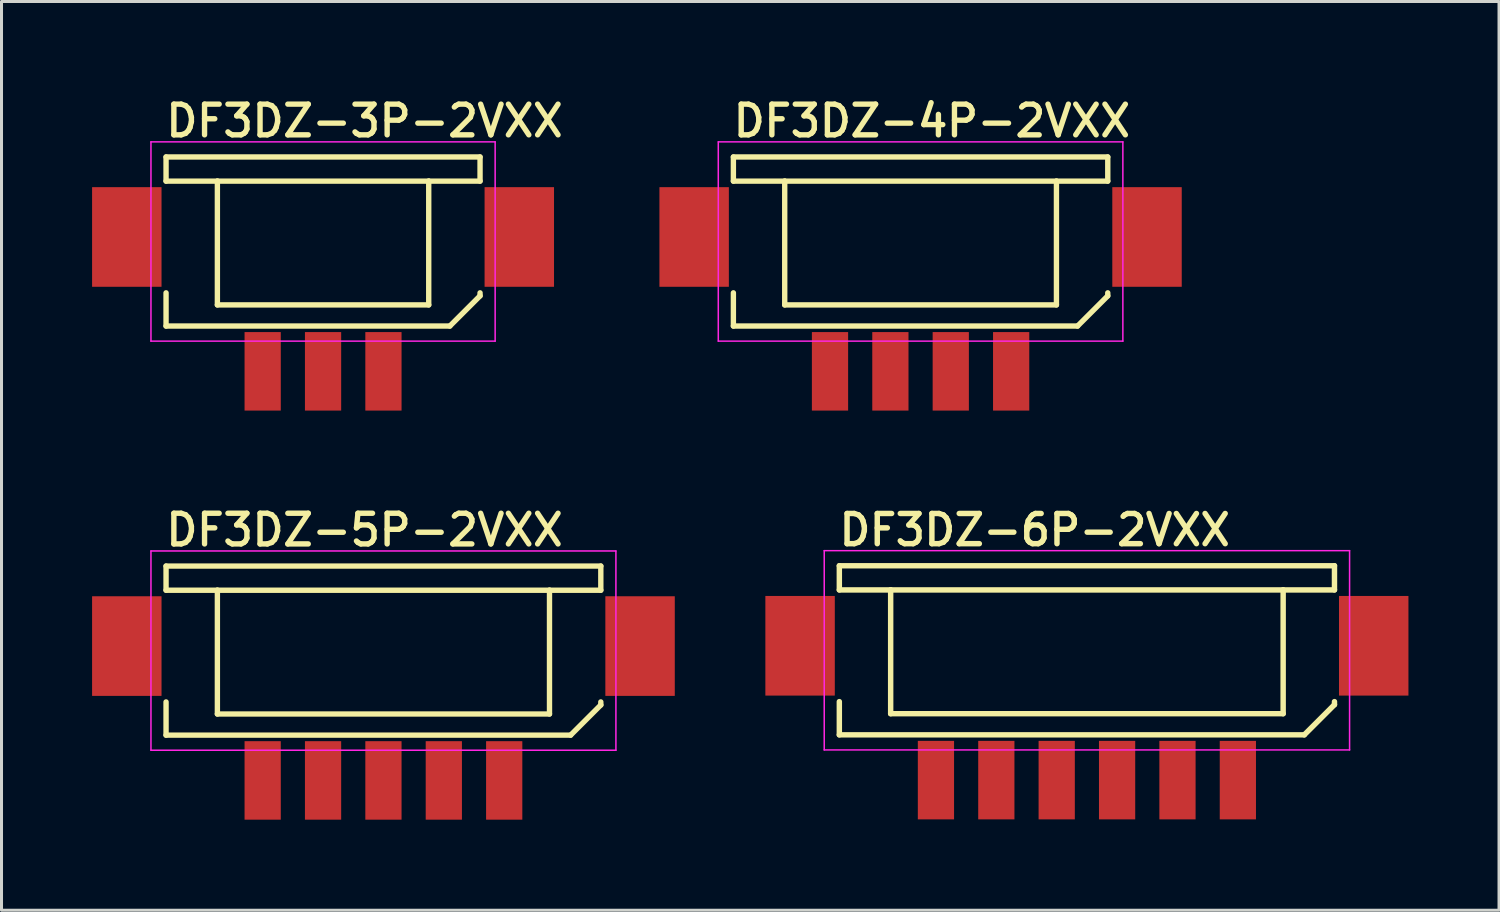
<source format=kicad_pcb>
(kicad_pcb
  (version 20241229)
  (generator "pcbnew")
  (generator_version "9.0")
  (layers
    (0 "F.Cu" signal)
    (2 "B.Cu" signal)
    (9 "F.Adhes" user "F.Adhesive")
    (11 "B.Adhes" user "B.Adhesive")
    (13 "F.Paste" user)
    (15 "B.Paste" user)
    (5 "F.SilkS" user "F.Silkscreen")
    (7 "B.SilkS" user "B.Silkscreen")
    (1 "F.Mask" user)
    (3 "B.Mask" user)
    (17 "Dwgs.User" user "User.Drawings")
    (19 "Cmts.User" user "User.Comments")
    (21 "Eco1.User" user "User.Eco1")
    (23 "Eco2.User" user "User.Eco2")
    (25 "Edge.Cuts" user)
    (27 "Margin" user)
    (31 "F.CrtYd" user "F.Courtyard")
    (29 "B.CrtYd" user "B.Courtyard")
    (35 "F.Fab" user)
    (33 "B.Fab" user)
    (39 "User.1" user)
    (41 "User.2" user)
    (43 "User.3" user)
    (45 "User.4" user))
  (footprint "DF3DZ-4P-2VXX"
    (layer "F.Cu")
    (at 27.441 9.249)
    (property "Reference" "DF3DZ-4P-2VXX" (at -6.3 -7.7 0) (layer "F.SilkS") (effects (font (size 1.016 1.016) (thickness 0.178)) (justify left bottom)))
    (attr through_hole)
    (fp_line (start -6.2 -7.1) (end -6.2 -6.3) (stroke (width 0.178) (type solid)) (layer "F.SilkS"))
    (fp_line (start -6.2 -7.1) (end 6.2 -7.1) (stroke (width 0.178) (type solid)) (layer "F.SilkS"))
    (fp_line (start -6.2 -1.5) (end -6.2 -2.6) (stroke (width 0.178) (type solid)) (layer "F.SilkS"))
    (fp_line (start -6.2 -1.5) (end 5.2 -1.5) (stroke (width 0.178) (type solid)) (layer "F.SilkS"))
    (fp_line (start -4.5 -6.3) (end -6.2 -6.3) (stroke (width 0.178) (type solid)) (layer "F.SilkS"))
    (fp_line (start -4.5 -6.3) (end -4.5 -2.2) (stroke (width 0.178) (type solid)) (layer "F.SilkS"))
    (fp_line (start -4.5 -6.3) (end 4.5 -6.3) (stroke (width 0.178) (type solid)) (layer "F.SilkS"))
    (fp_line (start -4.5 -2.2) (end 4.5 -2.2) (stroke (width 0.178) (type solid)) (layer "F.SilkS"))
    (fp_line (start 4.5 -6.3) (end 6.2 -6.3) (stroke (width 0.178) (type solid)) (layer "F.SilkS"))
    (fp_line (start 4.5 -2.2) (end 4.5 -6.3) (stroke (width 0.178) (type solid)) (layer "F.SilkS"))
    (fp_line (start 5.2 -1.5) (end 6.2 -2.5) (stroke (width 0.178) (type solid)) (layer "F.SilkS"))
    (fp_line (start 6.2 -7.1) (end 6.2 -6.3) (stroke (width 0.178) (type solid)) (layer "F.SilkS"))
    (fp_line (start 6.2 -2.5) (end 6.2 -2.6) (stroke (width 0.178) (type solid)) (layer "F.SilkS"))
    (fp_line (start -6.7 -7.6) (end 6.7 -7.6) (stroke (width 0.05) (type solid)) (layer "F.CrtYd"))
    (fp_line (start -6.7 -1) (end -6.7 -7.6) (stroke (width 0.05) (type solid)) (layer "F.CrtYd"))
    (fp_line (start 6.7 -7.6) (end 6.7 -1) (stroke (width 0.05) (type solid)) (layer "F.CrtYd"))
    (fp_line (start 6.7 -1) (end -6.7 -1) (stroke (width 0.05) (type solid)) (layer "F.CrtYd"))
    (pad "1" smd rect (at 3 0) (size 1.2 2.6) (layers "F.Cu" "F.Mask" "F.Paste"))
    (pad "2" smd rect (at 1 0) (size 1.2 2.6) (layers "F.Cu" "F.Mask" "F.Paste"))
    (pad "3" smd rect (at -1 0) (size 1.2 2.6) (layers "F.Cu" "F.Mask" "F.Paste"))
    (pad "4" smd rect (at -3 0) (size 1.2 2.6) (layers "F.Cu" "F.Mask" "F.Paste"))
    (pad "TAB" smd rect (at -7.5 -4.45) (size 2.3 3.3) (layers "F.Cu" "F.Mask" "F.Paste"))
    (pad "TAB" smd rect (at 7.5 -4.45) (size 2.3 3.3) (layers "F.Cu" "F.Mask" "F.Paste")))
  (footprint "DF3DZ-5P-2VXX"
    (layer "F.Cu")
    (at 9.65 22.799)
    (property "Reference" "DF3DZ-5P-2VXX" (at -7.3 -7.7 0) (layer "F.SilkS") (effects (font (size 1.016 1.016) (thickness 0.178)) (justify left bottom)))
    (attr through_hole)
    (fp_line (start -7.2 -7.1) (end -7.2 -6.3) (stroke (width 0.178) (type solid)) (layer "F.SilkS"))
    (fp_line (start -7.2 -7.1) (end 7.2 -7.1) (stroke (width 0.178) (type solid)) (layer "F.SilkS"))
    (fp_line (start -7.2 -1.5) (end -7.2 -2.6) (stroke (width 0.178) (type solid)) (layer "F.SilkS"))
    (fp_line (start -7.2 -1.5) (end 6.2 -1.5) (stroke (width 0.178) (type solid)) (layer "F.SilkS"))
    (fp_line (start -5.5 -6.3) (end -7.2 -6.3) (stroke (width 0.178) (type solid)) (layer "F.SilkS"))
    (fp_line (start -5.5 -6.3) (end -5.5 -2.2) (stroke (width 0.178) (type solid)) (layer "F.SilkS"))
    (fp_line (start -5.5 -6.3) (end 5.5 -6.3) (stroke (width 0.178) (type solid)) (layer "F.SilkS"))
    (fp_line (start -5.5 -2.2) (end 5.5 -2.2) (stroke (width 0.178) (type solid)) (layer "F.SilkS"))
    (fp_line (start 5.5 -6.3) (end 7.2 -6.3) (stroke (width 0.178) (type solid)) (layer "F.SilkS"))
    (fp_line (start 5.5 -2.2) (end 5.5 -6.3) (stroke (width 0.178) (type solid)) (layer "F.SilkS"))
    (fp_line (start 6.2 -1.5) (end 7.2 -2.5) (stroke (width 0.178) (type solid)) (layer "F.SilkS"))
    (fp_line (start 7.2 -7.1) (end 7.2 -6.3) (stroke (width 0.178) (type solid)) (layer "F.SilkS"))
    (fp_line (start 7.2 -2.5) (end 7.2 -2.6) (stroke (width 0.178) (type solid)) (layer "F.SilkS"))
    (fp_line (start -7.7 -7.6) (end 7.7 -7.6) (stroke (width 0.05) (type solid)) (layer "F.CrtYd"))
    (fp_line (start -7.7 -1) (end -7.7 -7.6) (stroke (width 0.05) (type solid)) (layer "F.CrtYd"))
    (fp_line (start 7.7 -7.6) (end 7.7 -1) (stroke (width 0.05) (type solid)) (layer "F.CrtYd"))
    (fp_line (start 7.7 -1) (end -7.7 -1) (stroke (width 0.05) (type solid)) (layer "F.CrtYd"))
    (pad "1" smd rect (at 4 0) (size 1.2 2.6) (layers "F.Cu" "F.Mask" "F.Paste"))
    (pad "2" smd rect (at 2 0) (size 1.2 2.6) (layers "F.Cu" "F.Mask" "F.Paste"))
    (pad "3" smd rect (at 0 0) (size 1.2 2.6) (layers "F.Cu" "F.Mask" "F.Paste"))
    (pad "4" smd rect (at -2 0) (size 1.2 2.6) (layers "F.Cu" "F.Mask" "F.Paste"))
    (pad "5" smd rect (at -4 0) (size 1.2 2.6) (layers "F.Cu" "F.Mask" "F.Paste"))
    (pad "TAB" smd rect (at -8.5 -4.45) (size 2.3 3.3) (layers "F.Cu" "F.Mask" "F.Paste"))
    (pad "TAB" smd rect (at 8.5 -4.45) (size 2.3 3.3) (layers "F.Cu" "F.Mask" "F.Paste")))
  (footprint "DF3DZ-6P-2VXX"
    (layer "F.Cu")
    (at 32.95 22.789)
    (property "Reference" "DF3DZ-6P-2VXX" (at -8.3 -7.7 0) (layer "F.SilkS") (effects (font (size 1 1) (thickness 0.18)) (justify left bottom)))
    (attr through_hole)
    (fp_line (start -8.2 -7.1) (end -8.2 -6.3) (stroke (width 0.18) (type solid)) (layer "F.SilkS"))
    (fp_line (start -8.2 -7.1) (end 8.2 -7.1) (stroke (width 0.18) (type solid)) (layer "F.SilkS"))
    (fp_line (start -8.2 -1.5) (end -8.2 -2.6) (stroke (width 0.18) (type solid)) (layer "F.SilkS"))
    (fp_line (start -8.2 -1.5) (end 7.2 -1.5) (stroke (width 0.18) (type solid)) (layer "F.SilkS"))
    (fp_line (start -6.5 -6.3) (end -8.2 -6.3) (stroke (width 0.18) (type solid)) (layer "F.SilkS"))
    (fp_line (start -6.5 -6.3) (end -6.5 -2.2) (stroke (width 0.18) (type solid)) (layer "F.SilkS"))
    (fp_line (start -6.5 -6.3) (end 6.5 -6.3) (stroke (width 0.18) (type solid)) (layer "F.SilkS"))
    (fp_line (start -6.5 -2.2) (end 6.5 -2.2) (stroke (width 0.18) (type solid)) (layer "F.SilkS"))
    (fp_line (start 6.5 -6.3) (end 8.2 -6.3) (stroke (width 0.18) (type solid)) (layer "F.SilkS"))
    (fp_line (start 6.5 -2.2) (end 6.5 -6.3) (stroke (width 0.18) (type solid)) (layer "F.SilkS"))
    (fp_line (start 7.2 -1.5) (end 8.2 -2.5) (stroke (width 0.18) (type solid)) (layer "F.SilkS"))
    (fp_line (start 8.2 -7.1) (end 8.2 -6.3) (stroke (width 0.18) (type solid)) (layer "F.SilkS"))
    (fp_line (start 8.2 -2.5) (end 8.2 -2.6) (stroke (width 0.18) (type solid)) (layer "F.SilkS"))
    (fp_line (start -8.7 -7.6) (end 8.7 -7.6) (stroke (width 0.05) (type solid)) (layer "F.CrtYd"))
    (fp_line (start -8.7 -1) (end -8.7 -7.6) (stroke (width 0.05) (type solid)) (layer "F.CrtYd"))
    (fp_line (start 8.7 -7.6) (end 8.7 -1) (stroke (width 0.05) (type solid)) (layer "F.CrtYd"))
    (fp_line (start 8.7 -1) (end -8.7 -1) (stroke (width 0.05) (type solid)) (layer "F.CrtYd"))
    (pad "1" smd rect (at 5 0) (size 1.2 2.6) (layers "F.Cu" "F.Mask" "F.Paste"))
    (pad "2" smd rect (at 3 0) (size 1.2 2.6) (layers "F.Cu" "F.Mask" "F.Paste"))
    (pad "3" smd rect (at 1 0 180) (size 1.2 2.6) (layers "F.Cu" "F.Mask" "F.Paste"))
    (pad "4" smd rect (at -1 0 180) (size 1.2 2.6) (layers "F.Cu" "F.Mask" "F.Paste"))
    (pad "5" smd rect (at -3 0 180) (size 1.2 2.6) (layers "F.Cu" "F.Mask" "F.Paste"))
    (pad "6" smd rect (at -5 0 180) (size 1.2 2.6) (layers "F.Cu" "F.Mask" "F.Paste"))
    (pad "TAB" smd rect (at -9.5 -4.45) (size 2.3 3.3) (layers "F.Cu" "F.Mask" "F.Paste"))
    (pad "TAB" smd rect (at 9.5 -4.45) (size 2.3 3.3) (layers "F.Cu" "F.Mask" "F.Paste")))
  (footprint "DF3DZ-3P-2VXX"
    (layer "F.Cu")
    (at 7.65 9.249)
    (property "Reference" "DF3DZ-3P-2VXX" (at -5.3 -7.7 0) (layer "F.SilkS") (effects (font (size 1.016 1.016) (thickness 0.178)) (justify left bottom)))
    (attr through_hole)
    (fp_line (start -5.2 -7.1) (end -5.2 -6.3) (stroke (width 0.178) (type solid)) (layer "F.SilkS"))
    (fp_line (start -5.2 -7.1) (end 5.2 -7.1) (stroke (width 0.178) (type solid)) (layer "F.SilkS"))
    (fp_line (start -5.2 -1.5) (end -5.2 -2.6) (stroke (width 0.178) (type solid)) (layer "F.SilkS"))
    (fp_line (start -5.2 -1.5) (end 4.2 -1.5) (stroke (width 0.178) (type solid)) (layer "F.SilkS"))
    (fp_line (start -3.5 -6.3) (end -5.2 -6.3) (stroke (width 0.178) (type solid)) (layer "F.SilkS"))
    (fp_line (start -3.5 -6.3) (end -3.5 -2.2) (stroke (width 0.178) (type solid)) (layer "F.SilkS"))
    (fp_line (start -3.5 -6.3) (end 3.5 -6.3) (stroke (width 0.178) (type solid)) (layer "F.SilkS"))
    (fp_line (start -3.5 -2.2) (end 3.5 -2.2) (stroke (width 0.178) (type solid)) (layer "F.SilkS"))
    (fp_line (start 3.5 -6.3) (end 5.2 -6.3) (stroke (width 0.178) (type solid)) (layer "F.SilkS"))
    (fp_line (start 3.5 -2.2) (end 3.5 -6.3) (stroke (width 0.178) (type solid)) (layer "F.SilkS"))
    (fp_line (start 4.2 -1.5) (end 5.2 -2.5) (stroke (width 0.178) (type solid)) (layer "F.SilkS"))
    (fp_line (start 5.2 -7.1) (end 5.2 -6.3) (stroke (width 0.178) (type solid)) (layer "F.SilkS"))
    (fp_line (start 5.2 -2.5) (end 5.2 -2.6) (stroke (width 0.178) (type solid)) (layer "F.SilkS"))
    (fp_line (start -5.7 -7.6) (end 5.7 -7.6) (stroke (width 0.05) (type solid)) (layer "F.CrtYd"))
    (fp_line (start -5.7 -1) (end -5.7 -7.6) (stroke (width 0.05) (type solid)) (layer "F.CrtYd"))
    (fp_line (start 5.7 -7.6) (end 5.7 -1) (stroke (width 0.05) (type solid)) (layer "F.CrtYd"))
    (fp_line (start 5.7 -1) (end -5.7 -1) (stroke (width 0.05) (type solid)) (layer "F.CrtYd"))
    (pad "1" smd rect (at 2 0) (size 1.2 2.6) (layers "F.Cu" "F.Mask" "F.Paste"))
    (pad "2" smd rect (at 0 0) (size 1.2 2.6) (layers "F.Cu" "F.Mask" "F.Paste"))
    (pad "3" smd rect (at -2 0) (size 1.2 2.6) (layers "F.Cu" "F.Mask" "F.Paste"))
    (pad "TAB" smd rect (at -6.5 -4.45) (size 2.3 3.3) (layers "F.Cu" "F.Mask" "F.Paste"))
    (pad "TAB" smd rect (at 6.5 -4.45) (size 2.3 3.3) (layers "F.Cu" "F.Mask" "F.Paste")))
  (gr_rect
    (start -3 -3)
    (end 46.6 27.099)
    (stroke (width 0.1) (type default))
    (fill no)
    (layer "Edge.Cuts")))
</source>
